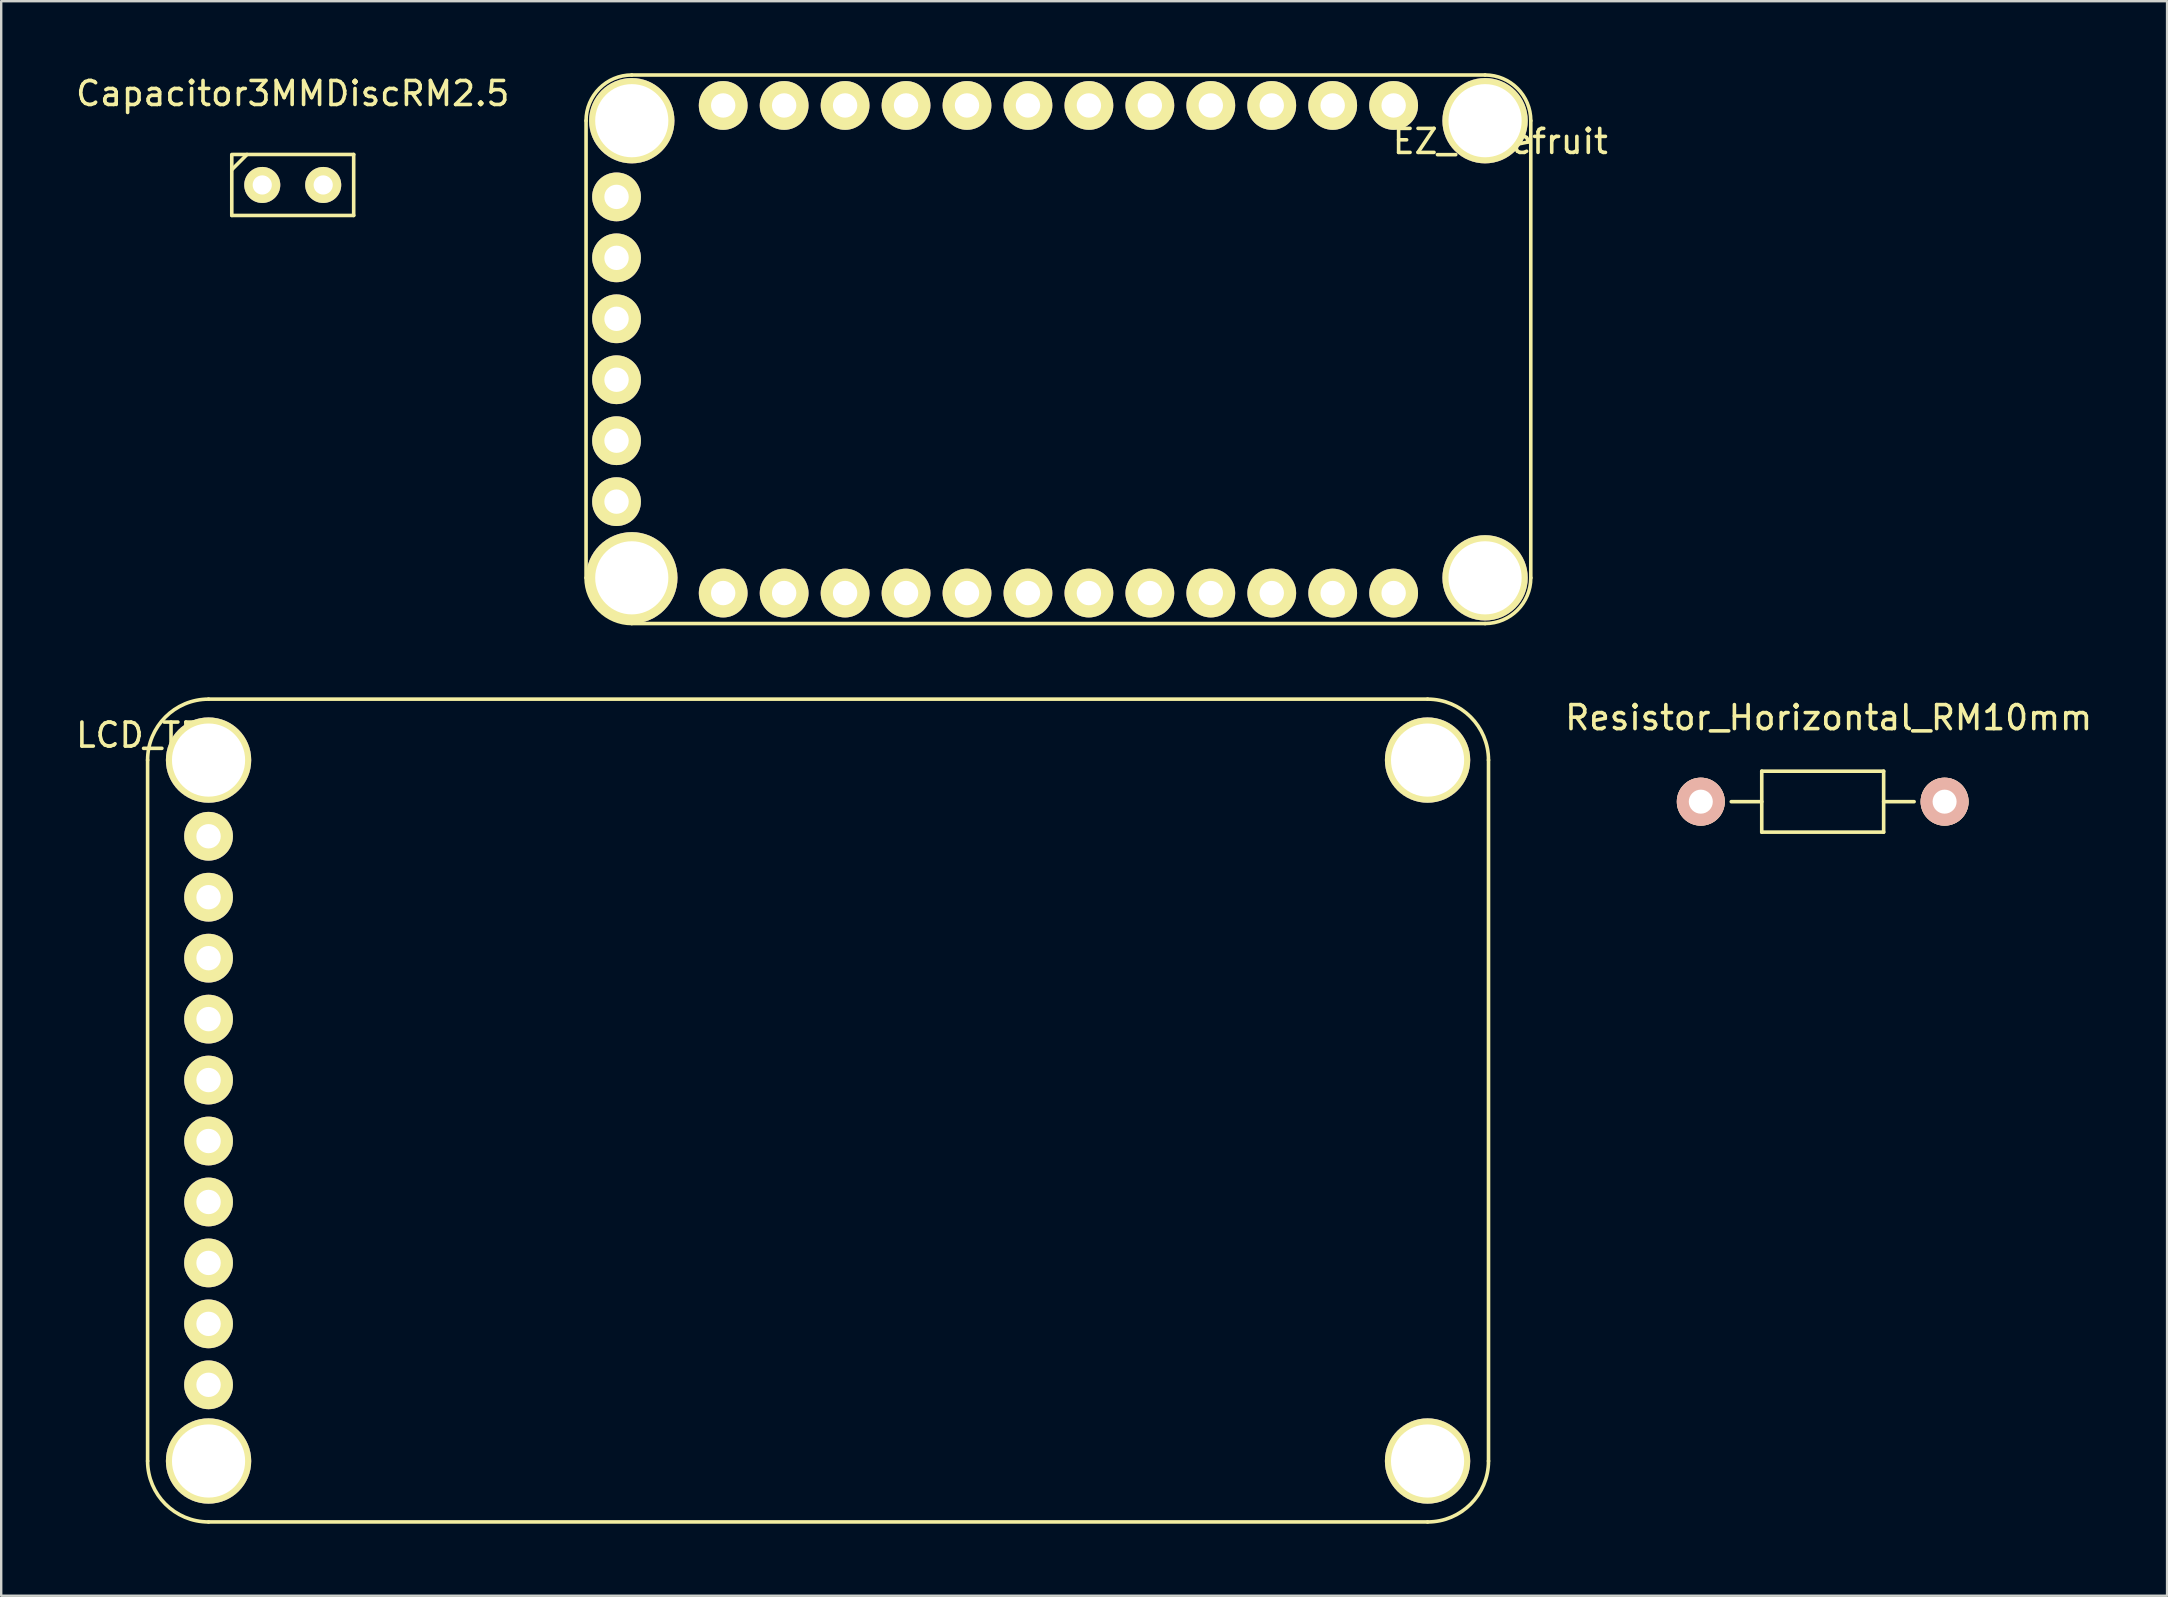
<source format=kicad_pcb>
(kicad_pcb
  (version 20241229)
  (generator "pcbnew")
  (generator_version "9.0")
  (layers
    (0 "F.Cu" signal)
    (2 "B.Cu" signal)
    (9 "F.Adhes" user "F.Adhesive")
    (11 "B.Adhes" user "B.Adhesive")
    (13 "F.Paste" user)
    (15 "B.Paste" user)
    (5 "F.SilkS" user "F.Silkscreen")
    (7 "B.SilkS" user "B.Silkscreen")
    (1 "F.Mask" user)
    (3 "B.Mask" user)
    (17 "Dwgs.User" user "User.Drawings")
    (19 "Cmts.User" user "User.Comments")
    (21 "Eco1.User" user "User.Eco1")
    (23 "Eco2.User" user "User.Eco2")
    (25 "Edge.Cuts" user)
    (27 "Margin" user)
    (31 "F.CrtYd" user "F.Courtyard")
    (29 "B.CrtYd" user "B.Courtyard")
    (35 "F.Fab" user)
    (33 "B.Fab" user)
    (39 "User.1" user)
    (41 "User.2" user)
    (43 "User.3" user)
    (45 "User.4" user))
  (footprint "EZ_bluefruit"
    (layer "F.Cu")
    (at 22.643 11.505)
    (property "Reference" "EZ_bluefruit" (at 36.83 -8.66 0) (layer "F.SilkS") (effects (font (size 1 1) (thickness 0.15))))
    (attr through_hole)
    (fp_line (start -1.27 9.525) (end -1.27 -9.525) (stroke (width 0.15) (type solid)) (layer "F.SilkS"))
    (fp_line (start 0.635 -11.43) (end 36.195 -11.43) (stroke (width 0.15) (type solid)) (layer "F.SilkS"))
    (fp_line (start 36.195 11.43) (end 0.635 11.43) (stroke (width 0.15) (type solid)) (layer "F.SilkS"))
    (fp_line (start 38.1 -9.525) (end 38.1 9.525) (stroke (width 0.15) (type solid)) (layer "F.SilkS"))
    (fp_arc (start -1.27 -9.525) (mid -0.712038 -10.872038) (end 0.635 -11.43) (stroke (width 0.15) (type solid)) (layer "F.SilkS"))
    (fp_arc (start 0.635 11.43) (mid -0.712038 10.872038) (end -1.27 9.525) (stroke (width 0.15) (type solid)) (layer "F.SilkS"))
    (fp_arc (start 36.195 -11.43) (mid 37.542038 -10.872038) (end 38.1 -9.525) (stroke (width 0.15) (type solid)) (layer "F.SilkS"))
    (fp_arc (start 38.1 9.525) (mid 37.542038 10.872038) (end 36.195 11.43) (stroke (width 0.15) (type solid)) (layer "F.SilkS"))
    (pad "" thru_hole circle (at 0.635 -9.525) (size 3.556 3.556) (drill 3.048) (layers "*.Cu" "*.Mask" "F.SilkS"))
    (pad "" thru_hole circle (at 0.635 9.525) (size 3.81 3.81) (drill 3.048) (layers "*.Cu" "*.Mask" "F.SilkS"))
    (pad "" thru_hole circle (at 36.195 -9.525) (size 3.556 3.556) (drill 3.048) (layers "*.Cu" "*.Mask" "F.SilkS"))
    (pad "" thru_hole circle (at 36.195 9.525) (size 3.556 3.556) (drill 3.048) (layers "*.Cu" "*.Mask" "F.SilkS"))
    (pad "1" thru_hole circle (at 32.385 -10.16) (size 2.032 2.032) (drill 1.016) (layers "*.Cu" "*.Mask" "F.SilkS"))
    (pad "2" thru_hole circle (at 29.845 -10.16) (size 2.032 2.032) (drill 1.016) (layers "*.Cu" "*.Mask" "F.SilkS"))
    (pad "3" thru_hole circle (at 27.305 -10.16) (size 2.032 2.032) (drill 1.016) (layers "*.Cu" "*.Mask" "F.SilkS"))
    (pad "4" thru_hole circle (at 24.765 -10.16) (size 2.032 2.032) (drill 1.016) (layers "*.Cu" "*.Mask" "F.SilkS"))
    (pad "5" thru_hole circle (at 22.225 -10.16) (size 2.032 2.032) (drill 1.016) (layers "*.Cu" "*.Mask" "F.SilkS"))
    (pad "6" thru_hole circle (at 19.685 -10.16) (size 2.032 2.032) (drill 1.016) (layers "*.Cu" "*.Mask" "F.SilkS"))
    (pad "7" thru_hole circle (at 17.145 -10.16) (size 2.032 2.032) (drill 1.016) (layers "*.Cu" "*.Mask" "F.SilkS"))
    (pad "8" thru_hole circle (at 14.605 -10.16) (size 2.032 2.032) (drill 1.016) (layers "*.Cu" "*.Mask" "F.SilkS"))
    (pad "9" thru_hole circle (at 12.065 -10.16) (size 2.032 2.032) (drill 1.016) (layers "*.Cu" "*.Mask" "F.SilkS"))
    (pad "10" thru_hole circle (at 9.525 -10.16) (size 2.032 2.032) (drill 1.016) (layers "*.Cu" "*.Mask" "F.SilkS"))
    (pad "11" thru_hole circle (at 6.985 -10.16) (size 2.032 2.032) (drill 1.016) (layers "*.Cu" "*.Mask" "F.SilkS"))
    (pad "12" thru_hole circle (at 4.445 -10.16) (size 2.032 2.032) (drill 1.016) (layers "*.Cu" "*.Mask" "F.SilkS"))
    (pad "13" thru_hole circle (at 0 -6.35) (size 2.032 2.032) (drill 1.016) (layers "*.Cu" "*.Mask" "F.SilkS"))
    (pad "14" thru_hole circle (at 0 -3.81) (size 2.032 2.032) (drill 1.016) (layers "*.Cu" "*.Mask" "F.SilkS"))
    (pad "15" thru_hole circle (at 0 -1.27) (size 2.032 2.032) (drill 1.016) (layers "*.Cu" "*.Mask" "F.SilkS"))
    (pad "16" thru_hole circle (at 0 1.27) (size 2.032 2.032) (drill 1.016) (layers "*.Cu" "*.Mask" "F.SilkS"))
    (pad "17" thru_hole circle (at 0 3.81) (size 2.032 2.032) (drill 1.016) (layers "*.Cu" "*.Mask" "F.SilkS"))
    (pad "18" thru_hole circle (at 0 6.35) (size 2.032 2.032) (drill 1.016) (layers "*.Cu" "*.Mask" "F.SilkS"))
    (pad "19" thru_hole circle (at 4.445 10.16) (size 2.032 2.032) (drill 1.016) (layers "*.Cu" "*.Mask" "F.SilkS"))
    (pad "20" thru_hole circle (at 6.985 10.16) (size 2.032 2.032) (drill 1.016) (layers "*.Cu" "*.Mask" "F.SilkS"))
    (pad "21" thru_hole circle (at 9.525 10.16) (size 2.032 2.032) (drill 1.016) (layers "*.Cu" "*.Mask" "F.SilkS"))
    (pad "22" thru_hole circle (at 12.065 10.16) (size 2.032 2.032) (drill 1.016) (layers "*.Cu" "*.Mask" "F.SilkS"))
    (pad "23" thru_hole circle (at 14.605 10.16) (size 2.032 2.032) (drill 1.016) (layers "*.Cu" "*.Mask" "F.SilkS"))
    (pad "24" thru_hole circle (at 17.145 10.16) (size 2.032 2.032) (drill 1.016) (layers "*.Cu" "*.Mask" "F.SilkS"))
    (pad "25" thru_hole circle (at 19.685 10.16) (size 2.032 2.032) (drill 1.016) (layers "*.Cu" "*.Mask" "F.SilkS"))
    (pad "26" thru_hole circle (at 22.225 10.16) (size 2.032 2.032) (drill 1.016) (layers "*.Cu" "*.Mask" "F.SilkS"))
    (pad "27" thru_hole circle (at 24.765 10.16) (size 2.032 2.032) (drill 1.016) (layers "*.Cu" "*.Mask" "F.SilkS"))
    (pad "28" thru_hole circle (at 27.305 10.16) (size 2.032 2.032) (drill 1.016) (layers "*.Cu" "*.Mask" "F.SilkS"))
    (pad "29" thru_hole circle (at 29.845 10.16) (size 2.032 2.032) (drill 1.016) (layers "*.Cu" "*.Mask" "F.SilkS"))
    (pad "30" thru_hole circle (at 32.385 10.16) (size 2.032 2.032) (drill 1.016) (layers "*.Cu" "*.Mask" "F.SilkS")))
  (footprint "LCD_TFT"
    (layer "F.Cu")
    (at 31.041 43.23)
    (property "Reference" "LCD_TFT" (at -27.94 -15.645 0) (layer "F.SilkS") (effects (font (size 1 1) (thickness 0.15))))
    (attr through_hole)
    (fp_line (start -27.94 -14.605) (end -27.94 14.605) (stroke (width 0.15) (type solid)) (layer "F.SilkS"))
    (fp_line (start -25.4 17.145) (end 25.4 17.145) (stroke (width 0.15) (type solid)) (layer "F.SilkS"))
    (fp_line (start 25.4 -17.145) (end -25.4 -17.145) (stroke (width 0.15) (type solid)) (layer "F.SilkS"))
    (fp_line (start 27.94 14.605) (end 27.94 -14.605) (stroke (width 0.15) (type solid)) (layer "F.SilkS"))
    (fp_arc (start -27.94 -14.605) (mid -27.196051 -16.401051) (end -25.4 -17.145) (stroke (width 0.15) (type solid)) (layer "F.SilkS"))
    (fp_arc (start -25.4 17.145) (mid -27.196051 16.401051) (end -27.94 14.605) (stroke (width 0.15) (type solid)) (layer "F.SilkS"))
    (fp_arc (start 25.4 -17.145) (mid 27.196051 -16.401051) (end 27.94 -14.605) (stroke (width 0.15) (type solid)) (layer "F.SilkS"))
    (fp_arc (start 27.94 14.605) (mid 27.196051 16.401051) (end 25.4 17.145) (stroke (width 0.15) (type solid)) (layer "F.SilkS"))
    (pad "" thru_hole circle (at -25.4 -14.605) (size 3.556 3.556) (drill 3.048) (layers "*.Cu" "*.Mask" "F.SilkS"))
    (pad "" thru_hole circle (at -25.4 14.605) (size 3.556 3.556) (drill 3.048) (layers "*.Cu" "*.Mask" "F.SilkS"))
    (pad "" thru_hole circle (at 25.4 -14.605) (size 3.556 3.556) (drill 3.048) (layers "*.Cu" "*.Mask" "F.SilkS"))
    (pad "" thru_hole circle (at 25.4 14.605) (size 3.556 3.556) (drill 3.048) (layers "*.Cu" "*.Mask" "F.SilkS"))
    (pad "1" thru_hole circle (at -25.4 11.43) (size 2.032 2.032) (drill 1.016) (layers "*.Cu" "*.Mask" "F.SilkS"))
    (pad "2" thru_hole circle (at -25.4 8.89) (size 2.032 2.032) (drill 1.016) (layers "*.Cu" "*.Mask" "F.SilkS"))
    (pad "3" thru_hole circle (at -25.4 6.35) (size 2.032 2.032) (drill 1.016) (layers "*.Cu" "*.Mask" "F.SilkS"))
    (pad "4" thru_hole circle (at -25.4 3.81) (size 2.032 2.032) (drill 1.016) (layers "*.Cu" "*.Mask" "F.SilkS"))
    (pad "5" thru_hole circle (at -25.4 1.27) (size 2.032 2.032) (drill 1.016) (layers "*.Cu" "*.Mask" "F.SilkS"))
    (pad "6" thru_hole circle (at -25.4 -1.27) (size 2.032 2.032) (drill 1.016) (layers "*.Cu" "*.Mask" "F.SilkS"))
    (pad "7" thru_hole circle (at -25.4 -3.81) (size 2.032 2.032) (drill 1.016) (layers "*.Cu" "*.Mask" "F.SilkS"))
    (pad "8" thru_hole circle (at -25.4 -6.35) (size 2.032 2.032) (drill 1.016) (layers "*.Cu" "*.Mask" "F.SilkS"))
    (pad "9" thru_hole circle (at -25.4 -8.89) (size 2.032 2.032) (drill 1.016) (layers "*.Cu" "*.Mask" "F.SilkS"))
    (pad "10" thru_hole circle (at -25.4 -11.43) (size 2.032 2.032) (drill 1.016) (layers "*.Cu" "*.Mask" "F.SilkS")))
  (footprint "Resistor_Horizontal_RM10mm"
    (layer "F.Cu")
    (at 72.908 30.358)
    (property "Reference" "Resistor_Horizontal_RM10mm" (at 0.249 -3.5 0) (layer "F.SilkS") (effects (font (size 1 1) (thickness 0.15))))
    (attr through_hole)
    (fp_line (start -2.54 -1.27) (end 2.54 -1.27) (stroke (width 0.15) (type solid)) (layer "F.SilkS"))
    (fp_line (start -2.54 0) (end -3.81 0) (stroke (width 0.15) (type solid)) (layer "F.SilkS"))
    (fp_line (start -2.54 1.27) (end -2.54 -1.27) (stroke (width 0.15) (type solid)) (layer "F.SilkS"))
    (fp_line (start 2.54 -1.27) (end 2.54 1.27) (stroke (width 0.15) (type solid)) (layer "F.SilkS"))
    (fp_line (start 2.54 0) (end 3.81 0) (stroke (width 0.15) (type solid)) (layer "F.SilkS"))
    (fp_line (start 2.54 1.27) (end -2.54 1.27) (stroke (width 0.15) (type solid)) (layer "F.SilkS"))
    (pad "1" thru_hole circle (at -5.08 0) (size 1.999 1.999) (drill 1.001) (layers "*.Cu" "*.SilkS" "*.Mask"))
    (pad "2" thru_hole circle (at 5.08 0) (size 1.999 1.999) (drill 1.001) (layers "*.Cu" "*.SilkS" "*.Mask")))
  (footprint "Capacitor3MMDiscRM2.5"
    (layer "F.Cu")
    (at 9.149 4.658)
    (property "Reference" "Capacitor3MMDiscRM2.5" (at 0 -3.81 0) (layer "F.SilkS") (effects (font (size 1 1) (thickness 0.15))))
    (attr through_hole)
    (fp_line (start -2.54 -0.635) (end -1.905 -1.27) (stroke (width 0.15) (type solid)) (layer "F.SilkS"))
    (fp_line (start -2.54 1.27) (end -2.54 -1.27) (stroke (width 0.15) (type solid)) (layer "F.SilkS"))
    (fp_line (start -2.489 -1.27) (end 2.54 -1.27) (stroke (width 0.15) (type solid)) (layer "F.SilkS"))
    (fp_line (start 2.54 -1.27) (end 2.54 1.27) (stroke (width 0.15) (type solid)) (layer "F.SilkS"))
    (fp_line (start 2.54 1.27) (end -2.54 1.27) (stroke (width 0.15) (type solid)) (layer "F.SilkS"))
    (pad "1" thru_hole circle (at -1.27 0) (size 1.501 1.501) (drill 0.8) (layers "*.Cu" "*.Mask" "F.SilkS"))
    (pad "2" thru_hole circle (at 1.27 0) (size 1.501 1.501) (drill 0.8) (layers "*.Cu" "*.Mask" "F.SilkS")))
  (gr_rect
    (start -3 -3)
    (end 87.259 63.45)
    (stroke (width 0.1) (type default))
    (fill no)
    (layer "Edge.Cuts")))
</source>
